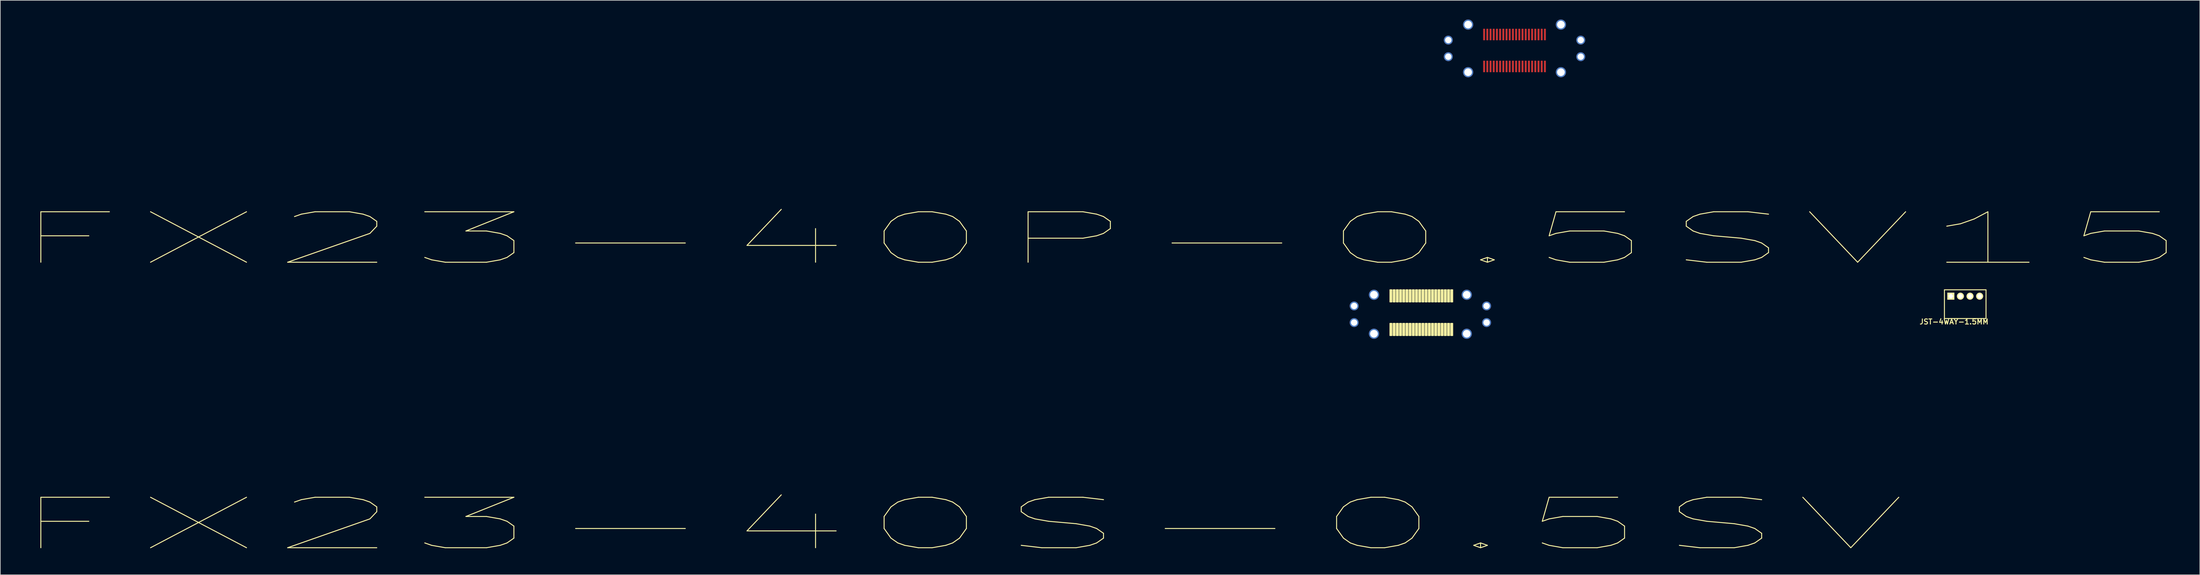
<source format=kicad_pcb>
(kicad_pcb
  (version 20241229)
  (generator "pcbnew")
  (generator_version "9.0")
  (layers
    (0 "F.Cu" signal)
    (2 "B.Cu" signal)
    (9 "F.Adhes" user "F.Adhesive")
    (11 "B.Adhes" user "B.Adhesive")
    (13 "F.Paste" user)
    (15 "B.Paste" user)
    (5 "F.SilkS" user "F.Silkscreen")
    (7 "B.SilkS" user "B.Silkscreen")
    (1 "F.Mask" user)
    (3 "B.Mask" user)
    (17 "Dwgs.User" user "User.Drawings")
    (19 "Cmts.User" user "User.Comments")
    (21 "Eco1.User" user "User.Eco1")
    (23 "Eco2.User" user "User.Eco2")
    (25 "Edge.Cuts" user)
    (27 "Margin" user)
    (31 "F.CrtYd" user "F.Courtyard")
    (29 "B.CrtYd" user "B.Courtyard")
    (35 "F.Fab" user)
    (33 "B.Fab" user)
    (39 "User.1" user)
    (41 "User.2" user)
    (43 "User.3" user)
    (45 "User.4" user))
  (footprint "FX23-40P-0.5SV15"
    (layer "F.Cu")
    (at 233.638 4.5)
    (property "Reference" "FX23-40P-0.5SV15" (at -64.77 29.845 0) (layer "F.SilkS") (effects (font (size 7.9 22.5) (thickness 0.15))))
    (attr smd)
    (pad "1" smd rect (at -4.75 2.85) (size 0.3 1.8) (layers "F.Cu" "F.Mask" "F.Paste"))
    (pad "2" smd rect (at -4.25 2.85) (size 0.3 1.8) (layers "F.Cu" "F.Mask" "F.Paste"))
    (pad "3" smd rect (at -3.75 2.85) (size 0.3 1.8) (layers "F.Cu" "F.Mask" "F.Paste"))
    (pad "4" smd rect (at -3.25 2.85) (size 0.3 1.8) (layers "F.Cu" "F.Mask" "F.Paste"))
    (pad "5" smd rect (at -2.75 2.85) (size 0.3 1.8) (layers "F.Cu" "F.Mask" "F.Paste"))
    (pad "6" smd rect (at -2.25 2.85) (size 0.3 1.8) (layers "F.Cu" "F.Mask" "F.Paste"))
    (pad "7" smd rect (at -1.75 2.85) (size 0.3 1.8) (layers "F.Cu" "F.Mask" "F.Paste"))
    (pad "8" smd rect (at -1.25 2.85) (size 0.3 1.8) (layers "F.Cu" "F.Mask" "F.Paste"))
    (pad "9" smd rect (at -0.75 2.85) (size 0.3 1.8) (layers "F.Cu" "F.Mask" "F.Paste"))
    (pad "10" smd rect (at -0.25 2.85) (size 0.3 1.8) (layers "F.Cu" "F.Mask" "F.Paste"))
    (pad "11" smd rect (at 0.25 2.85) (size 0.3 1.8) (layers "F.Cu" "F.Mask" "F.Paste"))
    (pad "12" smd rect (at 0.75 2.85) (size 0.3 1.8) (layers "F.Cu" "F.Mask" "F.Paste"))
    (pad "13" smd rect (at 1.25 2.85) (size 0.3 1.8) (layers "F.Cu" "F.Mask" "F.Paste"))
    (pad "14" smd rect (at 1.75 2.85) (size 0.3 1.8) (layers "F.Cu" "F.Mask" "F.Paste"))
    (pad "15" smd rect (at 2.25 2.85) (size 0.3 1.8) (layers "F.Cu" "F.Mask" "F.Paste"))
    (pad "16" smd rect (at 2.75 2.85) (size 0.3 1.8) (layers "F.Cu" "F.Mask" "F.Paste"))
    (pad "17" smd rect (at 3.25 2.85) (size 0.3 1.8) (layers "F.Cu" "F.Mask" "F.Paste"))
    (pad "18" smd rect (at 3.75 2.85) (size 0.3 1.8) (layers "F.Cu" "F.Mask" "F.Paste"))
    (pad "19" smd rect (at 4.25 2.85) (size 0.3 1.8) (layers "F.Cu" "F.Mask" "F.Paste"))
    (pad "20" smd rect (at 4.75 2.85) (size 0.3 1.8) (layers "F.Cu" "F.Mask" "F.Paste"))
    (pad "21" smd rect (at -4.75 -2.15) (size 0.3 1.8) (layers "F.Cu" "F.Mask" "F.Paste"))
    (pad "22" smd rect (at -4.25 -2.15) (size 0.3 1.8) (layers "F.Cu" "F.Mask" "F.Paste"))
    (pad "23" smd rect (at -3.75 -2.15) (size 0.3 1.8) (layers "F.Cu" "F.Mask" "F.Paste"))
    (pad "24" smd rect (at -3.25 -2.15) (size 0.3 1.8) (layers "F.Cu" "F.Mask" "F.Paste"))
    (pad "25" smd rect (at -2.75 -2.15) (size 0.3 1.8) (layers "F.Cu" "F.Mask" "F.Paste"))
    (pad "26" smd rect (at -2.25 -2.15) (size 0.3 1.8) (layers "F.Cu" "F.Mask" "F.Paste"))
    (pad "27" smd rect (at -1.75 -2.15) (size 0.3 1.8) (layers "F.Cu" "F.Mask" "F.Paste"))
    (pad "28" smd rect (at -1.25 -2.15) (size 0.3 1.8) (layers "F.Cu" "F.Mask" "F.Paste"))
    (pad "29" smd rect (at -0.75 -2.15) (size 0.3 1.8) (layers "F.Cu" "F.Mask" "F.Paste"))
    (pad "30" smd rect (at -0.25 -2.15) (size 0.3 1.8) (layers "F.Cu" "F.Mask" "F.Paste"))
    (pad "31" smd rect (at 0.25 -2.15) (size 0.3 1.8) (layers "F.Cu" "F.Mask" "F.Paste"))
    (pad "32" smd rect (at 0.75 -2.15) (size 0.3 1.8) (layers "F.Cu" "F.Mask" "F.Paste"))
    (pad "33" smd rect (at 1.25 -2.15) (size 0.3 1.8) (layers "F.Cu" "F.Mask" "F.Paste"))
    (pad "34" smd rect (at 1.75 -2.15) (size 0.3 1.8) (layers "F.Cu" "F.Mask" "F.Paste"))
    (pad "35" smd rect (at 2.25 -2.15) (size 0.3 1.8) (layers "F.Cu" "F.Mask" "F.Paste"))
    (pad "36" smd rect (at 2.75 -2.15) (size 0.3 1.8) (layers "F.Cu" "F.Mask" "F.Paste"))
    (pad "37" smd rect (at 3.25 -2.15) (size 0.3 1.8) (layers "F.Cu" "F.Mask" "F.Paste"))
    (pad "38" smd rect (at 3.75 -2.15) (size 0.3 1.8) (layers "F.Cu" "F.Mask" "F.Paste"))
    (pad "39" smd rect (at 4.25 -2.15) (size 0.3 1.8) (layers "F.Cu" "F.Mask" "F.Paste"))
    (pad "40" smd rect (at 4.75 -2.15) (size 0.3 1.8) (layers "F.Cu" "F.Mask" "F.Paste"))
    (pad "M" thru_hole circle (at -10.35 -1.275) (size 1.4 1.4) (drill 1) (layers "*.Cu" "*.Mask"))
    (pad "M" thru_hole circle (at -10.35 1.325) (size 1.4 1.4) (drill 1) (layers "*.Cu" "*.Mask"))
    (pad "M" thru_hole circle (at 10.35 -1.275) (size 1.4 1.4) (drill 1) (layers "*.Cu" "*.Mask"))
    (pad "M" thru_hole circle (at 10.35 1.325) (size 1.4 1.4) (drill 1) (layers "*.Cu" "*.Mask"))
    (pad "P1" thru_hole circle (at -7.25 3.75) (size 1.6 1.6) (drill 1.2) (layers "*.Cu" "*.Mask"))
    (pad "P2" thru_hole circle (at 7.25 3.75) (size 1.6 1.6) (drill 1.2) (layers "*.Cu" "*.Mask"))
    (pad "P3" thru_hole circle (at -7.25 -3.7) (size 1.6 1.6) (drill 1.2) (layers "*.Cu" "*.Mask"))
    (pad "P4" thru_hole circle (at 7.25 -3.7) (size 1.6 1.6) (drill 1.2) (layers "*.Cu" "*.Mask")))
  (footprint "FX23-40S-0.5SV"
    (layer "F.Cu")
    (at 211.674 49.185)
    (property "Reference" "FX23-40S-0.5SV" (at -64.77 29.845 0) (layer "F.SilkS") (effects (font (size 7.9 22.5) (thickness 0.15))))
    (attr smd)
    (fp_poly (pts (xy 2.5 -4.98) (xy 2.8 -4.98) (xy 2.8 -6.88) (xy 2.5 -6.88)) (stroke (width 0.15) (type solid)) (fill yes) (layer "F.SilkS"))
    (fp_poly (pts (xy 2.5 0.28) (xy 2.8 0.28) (xy 2.8 -1.62) (xy 2.5 -1.62)) (stroke (width 0.15) (type solid)) (fill yes) (layer "F.SilkS"))
    (fp_poly (pts (xy 3 -4.98) (xy 3.3 -4.98) (xy 3.3 -6.88) (xy 3 -6.88)) (stroke (width 0.15) (type solid)) (fill yes) (layer "F.SilkS"))
    (fp_poly (pts (xy 3 0.28) (xy 3.3 0.28) (xy 3.3 -1.62) (xy 3 -1.62)) (stroke (width 0.15) (type solid)) (fill yes) (layer "F.SilkS"))
    (fp_poly (pts (xy 3.5 -4.98) (xy 3.8 -4.98) (xy 3.8 -6.88) (xy 3.5 -6.88)) (stroke (width 0.15) (type solid)) (fill yes) (layer "F.SilkS"))
    (fp_poly (pts (xy 3.5 0.28) (xy 3.8 0.28) (xy 3.8 -1.62) (xy 3.5 -1.62)) (stroke (width 0.15) (type solid)) (fill yes) (layer "F.SilkS"))
    (fp_poly (pts (xy 4 -4.98) (xy 4.3 -4.98) (xy 4.3 -6.88) (xy 4 -6.88)) (stroke (width 0.15) (type solid)) (fill yes) (layer "F.SilkS"))
    (fp_poly (pts (xy 4 0.28) (xy 4.3 0.28) (xy 4.3 -1.62) (xy 4 -1.62)) (stroke (width 0.15) (type solid)) (fill yes) (layer "F.SilkS"))
    (fp_poly (pts (xy 4.5 -4.98) (xy 4.8 -4.98) (xy 4.8 -6.88) (xy 4.5 -6.88)) (stroke (width 0.15) (type solid)) (fill yes) (layer "F.SilkS"))
    (fp_poly (pts (xy 4.5 0.28) (xy 4.8 0.28) (xy 4.8 -1.62) (xy 4.5 -1.62)) (stroke (width 0.15) (type solid)) (fill yes) (layer "F.SilkS"))
    (fp_poly (pts (xy 5 -4.98) (xy 5.3 -4.98) (xy 5.3 -6.88) (xy 5 -6.88)) (stroke (width 0.15) (type solid)) (fill yes) (layer "F.SilkS"))
    (fp_poly (pts (xy 5 0.28) (xy 5.3 0.28) (xy 5.3 -1.62) (xy 5 -1.62)) (stroke (width 0.15) (type solid)) (fill yes) (layer "F.SilkS"))
    (fp_poly (pts (xy 5.5 -4.98) (xy 5.8 -4.98) (xy 5.8 -6.88) (xy 5.5 -6.88)) (stroke (width 0.15) (type solid)) (fill yes) (layer "F.SilkS"))
    (fp_poly (pts (xy 5.5 0.28) (xy 5.8 0.28) (xy 5.8 -1.62) (xy 5.5 -1.62)) (stroke (width 0.15) (type solid)) (fill yes) (layer "F.SilkS"))
    (fp_poly (pts (xy 6 -4.98) (xy 6.3 -4.98) (xy 6.3 -6.88) (xy 6 -6.88)) (stroke (width 0.15) (type solid)) (fill yes) (layer "F.SilkS"))
    (fp_poly (pts (xy 6 0.28) (xy 6.3 0.28) (xy 6.3 -1.62) (xy 6 -1.62)) (stroke (width 0.15) (type solid)) (fill yes) (layer "F.SilkS"))
    (fp_poly (pts (xy 6.5 -4.98) (xy 6.8 -4.98) (xy 6.8 -6.88) (xy 6.5 -6.88)) (stroke (width 0.15) (type solid)) (fill yes) (layer "F.SilkS"))
    (fp_poly (pts (xy 6.5 0.28) (xy 6.8 0.28) (xy 6.8 -1.62) (xy 6.5 -1.62)) (stroke (width 0.15) (type solid)) (fill yes) (layer "F.SilkS"))
    (fp_poly (pts (xy 7 -4.98) (xy 7.3 -4.98) (xy 7.3 -6.88) (xy 7 -6.88)) (stroke (width 0.15) (type solid)) (fill yes) (layer "F.SilkS"))
    (fp_poly (pts (xy 7 0.28) (xy 7.3 0.28) (xy 7.3 -1.62) (xy 7 -1.62)) (stroke (width 0.15) (type solid)) (fill yes) (layer "F.SilkS"))
    (fp_poly (pts (xy 7.5 -4.98) (xy 7.8 -4.98) (xy 7.8 -6.88) (xy 7.5 -6.88)) (stroke (width 0.15) (type solid)) (fill yes) (layer "F.SilkS"))
    (fp_poly (pts (xy 7.5 0.28) (xy 7.8 0.28) (xy 7.8 -1.62) (xy 7.5 -1.62)) (stroke (width 0.15) (type solid)) (fill yes) (layer "F.SilkS"))
    (fp_poly (pts (xy 8 -4.98) (xy 8.3 -4.98) (xy 8.3 -6.88) (xy 8 -6.88)) (stroke (width 0.15) (type solid)) (fill yes) (layer "F.SilkS"))
    (fp_poly (pts (xy 8 0.28) (xy 8.3 0.28) (xy 8.3 -1.62) (xy 8 -1.62)) (stroke (width 0.15) (type solid)) (fill yes) (layer "F.SilkS"))
    (fp_poly (pts (xy 8.5 -4.98) (xy 8.8 -4.98) (xy 8.8 -6.88) (xy 8.5 -6.88)) (stroke (width 0.15) (type solid)) (fill yes) (layer "F.SilkS"))
    (fp_poly (pts (xy 8.5 0.28) (xy 8.8 0.28) (xy 8.8 -1.62) (xy 8.5 -1.62)) (stroke (width 0.15) (type solid)) (fill yes) (layer "F.SilkS"))
    (fp_poly (pts (xy 9 -4.98) (xy 9.3 -4.98) (xy 9.3 -6.88) (xy 9 -6.88)) (stroke (width 0.15) (type solid)) (fill yes) (layer "F.SilkS"))
    (fp_poly (pts (xy 9 0.28) (xy 9.3 0.28) (xy 9.3 -1.62) (xy 9 -1.62)) (stroke (width 0.15) (type solid)) (fill yes) (layer "F.SilkS"))
    (fp_poly (pts (xy 9.5 -4.98) (xy 9.8 -4.98) (xy 9.8 -6.88) (xy 9.5 -6.88)) (stroke (width 0.15) (type solid)) (fill yes) (layer "F.SilkS"))
    (fp_poly (pts (xy 9.5 0.28) (xy 9.8 0.28) (xy 9.8 -1.62) (xy 9.5 -1.62)) (stroke (width 0.15) (type solid)) (fill yes) (layer "F.SilkS"))
    (fp_poly (pts (xy 10 -4.98) (xy 10.3 -4.98) (xy 10.3 -6.88) (xy 10 -6.88)) (stroke (width 0.15) (type solid)) (fill yes) (layer "F.SilkS"))
    (fp_poly (pts (xy 10 0.28) (xy 10.3 0.28) (xy 10.3 -1.62) (xy 10 -1.62)) (stroke (width 0.15) (type solid)) (fill yes) (layer "F.SilkS"))
    (fp_poly (pts (xy 10.5 -4.98) (xy 10.8 -4.98) (xy 10.8 -6.88) (xy 10.5 -6.88)) (stroke (width 0.15) (type solid)) (fill yes) (layer "F.SilkS"))
    (fp_poly (pts (xy 10.5 0.28) (xy 10.8 0.28) (xy 10.8 -1.62) (xy 10.5 -1.62)) (stroke (width 0.15) (type solid)) (fill yes) (layer "F.SilkS"))
    (fp_poly (pts (xy 11 -4.98) (xy 11.3 -4.98) (xy 11.3 -6.88) (xy 11 -6.88)) (stroke (width 0.15) (type solid)) (fill yes) (layer "F.SilkS"))
    (fp_poly (pts (xy 11 0.28) (xy 11.3 0.28) (xy 11.3 -1.62) (xy 11 -1.62)) (stroke (width 0.15) (type solid)) (fill yes) (layer "F.SilkS"))
    (fp_poly (pts (xy 11.5 -4.98) (xy 11.8 -4.98) (xy 11.8 -6.88) (xy 11.5 -6.88)) (stroke (width 0.15) (type solid)) (fill yes) (layer "F.SilkS"))
    (fp_poly (pts (xy 11.5 0.28) (xy 11.8 0.28) (xy 11.8 -1.62) (xy 11.5 -1.62)) (stroke (width 0.15) (type solid)) (fill yes) (layer "F.SilkS"))
    (fp_poly (pts (xy 12 -4.98) (xy 12.3 -4.98) (xy 12.3 -6.88) (xy 12 -6.88)) (stroke (width 0.15) (type solid)) (fill yes) (layer "F.SilkS"))
    (fp_poly (pts (xy 12 0.28) (xy 12.3 0.28) (xy 12.3 -1.62) (xy 12 -1.62)) (stroke (width 0.15) (type solid)) (fill yes) (layer "F.SilkS"))
    (pad "1" thru_hole circle (at 0 0) (size 1.6 1.6) (drill 1.2) (layers "*.Cu" "*.Mask"))
    (pad "2" thru_hole circle (at 14.5 0) (size 1.6 1.6) (drill 1.2) (layers "*.Cu" "*.Mask"))
    (pad "3" thru_hole circle (at 0 -6.1) (size 1.6 1.6) (drill 1.2) (layers "*.Cu" "*.Mask"))
    (pad "4" thru_hole circle (at 14.5 -6.1) (size 1.6 1.6) (drill 1.2) (layers "*.Cu" "*.Mask"))
    (pad "5" thru_hole circle (at -3.1 -4.35) (size 1.4 1.4) (drill 1) (layers "*.Cu" "*.Mask"))
    (pad "5" thru_hole circle (at -3.1 -1.75) (size 1.4 1.4) (drill 1) (layers "*.Cu" "*.Mask"))
    (pad "5" thru_hole circle (at 17.6 -4.35) (size 1.4 1.4) (drill 1) (layers "*.Cu" "*.Mask"))
    (pad "5" thru_hole circle (at 17.6 -1.75) (size 1.4 1.4) (drill 1) (layers "*.Cu" "*.Mask")))
  (footprint "JST-4WAY-1.5MM"
    (layer "F.Cu")
    (at 301.824 43.305)
    (property "Reference" "JST-4WAY-1.5MM" (at 0.5 4 0) (layer "F.SilkS") (effects (font (size 0.8 0.8) (thickness 0.15))))
    (attr smd)
    (fp_line (start -1 -1) (end 5.5 -1) (stroke (width 0.15) (type solid)) (layer "F.SilkS"))
    (fp_line (start -1 3.5) (end -1 -1) (stroke (width 0.15) (type solid)) (layer "F.SilkS"))
    (fp_line (start 5.5 -1) (end 5.5 3.5) (stroke (width 0.15) (type solid)) (layer "F.SilkS"))
    (fp_line (start 5.5 3.5) (end -1 3.5) (stroke (width 0.15) (type solid)) (layer "F.SilkS"))
    (pad "1" thru_hole rect (at 0 0) (size 1.1 1.1) (drill 0.7) (layers "*.Cu" "*.Mask" "F.SilkS"))
    (pad "2" thru_hole circle (at 1.5 0) (size 1.1 1.1) (drill 0.7) (layers "*.Cu" "*.Mask" "F.SilkS"))
    (pad "3" thru_hole circle (at 3 0) (size 1.1 1.1) (drill 0.7) (layers "*.Cu" "*.Mask" "F.SilkS"))
    (pad "4" thru_hole circle (at 4.5 0) (size 1.1 1.1) (drill 0.7) (layers "*.Cu" "*.Mask" "F.SilkS")))
  (gr_rect
    (start -3 -3)
    (end 340.736 86.915)
    (stroke (width 0.1) (type default))
    (fill no)
    (layer "Edge.Cuts")))
</source>
